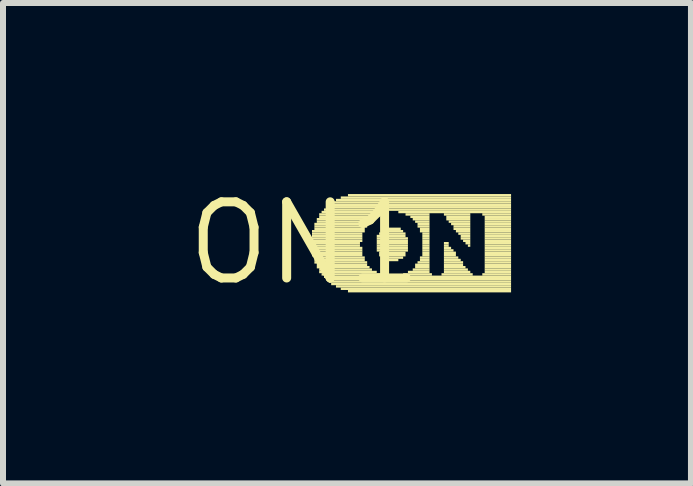
<source format=kicad_pcb>
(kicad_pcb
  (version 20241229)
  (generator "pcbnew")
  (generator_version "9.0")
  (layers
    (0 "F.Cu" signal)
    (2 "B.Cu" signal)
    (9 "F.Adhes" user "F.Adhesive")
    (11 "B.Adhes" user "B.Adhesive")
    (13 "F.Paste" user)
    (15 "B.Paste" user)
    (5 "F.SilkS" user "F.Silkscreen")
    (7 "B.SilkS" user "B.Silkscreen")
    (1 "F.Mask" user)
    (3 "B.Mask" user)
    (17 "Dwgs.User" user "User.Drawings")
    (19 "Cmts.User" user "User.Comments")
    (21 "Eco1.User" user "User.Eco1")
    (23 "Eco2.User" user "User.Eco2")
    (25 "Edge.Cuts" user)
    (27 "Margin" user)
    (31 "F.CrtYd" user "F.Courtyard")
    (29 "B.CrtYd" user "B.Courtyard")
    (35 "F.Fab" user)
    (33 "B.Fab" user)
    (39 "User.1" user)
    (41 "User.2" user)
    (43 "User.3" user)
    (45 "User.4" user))
  (footprint "ON1"
    (layer "F.Cu")
    (at 2.033 1.006)
    (property "Reference" "ON1" (at 0 0 0) (layer "F.SilkS") (effects (font (size 1.27 1.27) (thickness 0.15))))
    (fp_poly (pts (xy 0.12 -0.18) (xy 1 -0.18) (xy 1 -0.22) (xy 0.12 -0.22)) (stroke (width 0) (type solid)) (fill yes) (layer "F.SilkS"))
    (fp_poly (pts (xy 0.12 -0.14) (xy 0.96 -0.14) (xy 0.96 -0.18) (xy 0.12 -0.18)) (stroke (width 0) (type solid)) (fill yes) (layer "F.SilkS"))
    (fp_poly (pts (xy 0.12 -0.1) (xy 0.96 -0.1) (xy 0.96 -0.14) (xy 0.12 -0.14)) (stroke (width 0) (type solid)) (fill yes) (layer "F.SilkS"))
    (fp_poly (pts (xy 0.12 -0.06) (xy 0.96 -0.06) (xy 0.96 -0.1) (xy 0.12 -0.1)) (stroke (width 0) (type solid)) (fill yes) (layer "F.SilkS"))
    (fp_poly (pts (xy 0.12 -0.02) (xy 0.96 -0.02) (xy 0.96 -0.06) (xy 0.12 -0.06)) (stroke (width 0) (type solid)) (fill yes) (layer "F.SilkS"))
    (fp_poly (pts (xy 0.12 0.02) (xy 0.92 0.02) (xy 0.92 -0.02) (xy 0.12 -0.02)) (stroke (width 0) (type solid)) (fill yes) (layer "F.SilkS"))
    (fp_poly (pts (xy 0.12 0.06) (xy 0.92 0.06) (xy 0.92 0.02) (xy 0.12 0.02)) (stroke (width 0) (type solid)) (fill yes) (layer "F.SilkS"))
    (fp_poly (pts (xy 0.12 0.1) (xy 0.96 0.1) (xy 0.96 0.06) (xy 0.12 0.06)) (stroke (width 0) (type solid)) (fill yes) (layer "F.SilkS"))
    (fp_poly (pts (xy 0.12 0.14) (xy 0.96 0.14) (xy 0.96 0.1) (xy 0.12 0.1)) (stroke (width 0) (type solid)) (fill yes) (layer "F.SilkS"))
    (fp_poly (pts (xy 0.12 0.18) (xy 0.96 0.18) (xy 0.96 0.14) (xy 0.12 0.14)) (stroke (width 0) (type solid)) (fill yes) (layer "F.SilkS"))
    (fp_poly (pts (xy 0.12 0.22) (xy 0.96 0.22) (xy 0.96 0.18) (xy 0.12 0.18)) (stroke (width 0) (type solid)) (fill yes) (layer "F.SilkS"))
    (fp_poly (pts (xy 0.16 -0.3) (xy 1.04 -0.3) (xy 1.04 -0.34) (xy 0.16 -0.34)) (stroke (width 0) (type solid)) (fill yes) (layer "F.SilkS"))
    (fp_poly (pts (xy 0.16 -0.26) (xy 1.04 -0.26) (xy 1.04 -0.3) (xy 0.16 -0.3)) (stroke (width 0) (type solid)) (fill yes) (layer "F.SilkS"))
    (fp_poly (pts (xy 0.16 -0.22) (xy 1 -0.22) (xy 1 -0.26) (xy 0.16 -0.26)) (stroke (width 0) (type solid)) (fill yes) (layer "F.SilkS"))
    (fp_poly (pts (xy 0.16 0.26) (xy 1 0.26) (xy 1 0.22) (xy 0.16 0.22)) (stroke (width 0) (type solid)) (fill yes) (layer "F.SilkS"))
    (fp_poly (pts (xy 0.16 0.3) (xy 1 0.3) (xy 1 0.26) (xy 0.16 0.26)) (stroke (width 0) (type solid)) (fill yes) (layer "F.SilkS"))
    (fp_poly (pts (xy 0.16 0.34) (xy 1.04 0.34) (xy 1.04 0.3) (xy 0.16 0.3)) (stroke (width 0) (type solid)) (fill yes) (layer "F.SilkS"))
    (fp_poly (pts (xy 0.2 -0.38) (xy 1.12 -0.38) (xy 1.12 -0.42) (xy 0.2 -0.42)) (stroke (width 0) (type solid)) (fill yes) (layer "F.SilkS"))
    (fp_poly (pts (xy 0.2 -0.34) (xy 1.08 -0.34) (xy 1.08 -0.38) (xy 0.2 -0.38)) (stroke (width 0) (type solid)) (fill yes) (layer "F.SilkS"))
    (fp_poly (pts (xy 0.2 0.38) (xy 1.04 0.38) (xy 1.04 0.34) (xy 0.2 0.34)) (stroke (width 0) (type solid)) (fill yes) (layer "F.SilkS"))
    (fp_poly (pts (xy 0.2 0.42) (xy 1.08 0.42) (xy 1.08 0.38) (xy 0.2 0.38)) (stroke (width 0) (type solid)) (fill yes) (layer "F.SilkS"))
    (fp_poly (pts (xy 0.24 -0.46) (xy 1.24 -0.46) (xy 1.24 -0.5) (xy 0.24 -0.5)) (stroke (width 0) (type solid)) (fill yes) (layer "F.SilkS"))
    (fp_poly (pts (xy 0.24 -0.42) (xy 1.16 -0.42) (xy 1.16 -0.46) (xy 0.24 -0.46)) (stroke (width 0) (type solid)) (fill yes) (layer "F.SilkS"))
    (fp_poly (pts (xy 0.24 0.46) (xy 1.12 0.46) (xy 1.12 0.42) (xy 0.24 0.42)) (stroke (width 0) (type solid)) (fill yes) (layer "F.SilkS"))
    (fp_poly (pts (xy 0.24 0.5) (xy 1.2 0.5) (xy 1.2 0.46) (xy 0.24 0.46)) (stroke (width 0) (type solid)) (fill yes) (layer "F.SilkS"))
    (fp_poly (pts (xy 0.28 -0.5) (xy 1.36 -0.5) (xy 1.36 -0.54) (xy 0.28 -0.54)) (stroke (width 0) (type solid)) (fill yes) (layer "F.SilkS"))
    (fp_poly (pts (xy 0.28 0.54) (xy 1.28 0.54) (xy 1.28 0.5) (xy 0.28 0.5)) (stroke (width 0) (type solid)) (fill yes) (layer "F.SilkS"))
    (fp_poly (pts (xy 0.32 -0.54) (xy 3.44 -0.54) (xy 3.44 -0.58) (xy 0.32 -0.58)) (stroke (width 0) (type solid)) (fill yes) (layer "F.SilkS"))
    (fp_poly (pts (xy 0.32 0.58) (xy 3.44 0.58) (xy 3.44 0.54) (xy 0.32 0.54)) (stroke (width 0) (type solid)) (fill yes) (layer "F.SilkS"))
    (fp_poly (pts (xy 0.36 -0.58) (xy 3.44 -0.58) (xy 3.44 -0.62) (xy 0.36 -0.62)) (stroke (width 0) (type solid)) (fill yes) (layer "F.SilkS"))
    (fp_poly (pts (xy 0.36 0.62) (xy 3.44 0.62) (xy 3.44 0.58) (xy 0.36 0.58)) (stroke (width 0) (type solid)) (fill yes) (layer "F.SilkS"))
    (fp_poly (pts (xy 0.4 -0.62) (xy 3.44 -0.62) (xy 3.44 -0.66) (xy 0.4 -0.66)) (stroke (width 0) (type solid)) (fill yes) (layer "F.SilkS"))
    (fp_poly (pts (xy 0.4 0.66) (xy 3.44 0.66) (xy 3.44 0.62) (xy 0.4 0.62)) (stroke (width 0) (type solid)) (fill yes) (layer "F.SilkS"))
    (fp_poly (pts (xy 0.44 -0.66) (xy 3.44 -0.66) (xy 3.44 -0.7) (xy 0.44 -0.7)) (stroke (width 0) (type solid)) (fill yes) (layer "F.SilkS"))
    (fp_poly (pts (xy 0.44 0.7) (xy 3.44 0.7) (xy 3.44 0.66) (xy 0.44 0.66)) (stroke (width 0) (type solid)) (fill yes) (layer "F.SilkS"))
    (fp_poly (pts (xy 0.52 -0.7) (xy 3.44 -0.7) (xy 3.44 -0.74) (xy 0.52 -0.74)) (stroke (width 0) (type solid)) (fill yes) (layer "F.SilkS"))
    (fp_poly (pts (xy 0.52 0.74) (xy 3.44 0.74) (xy 3.44 0.7) (xy 0.52 0.7)) (stroke (width 0) (type solid)) (fill yes) (layer "F.SilkS"))
    (fp_poly (pts (xy 0.6 -0.74) (xy 3.44 -0.74) (xy 3.44 -0.78) (xy 0.6 -0.78)) (stroke (width 0) (type solid)) (fill yes) (layer "F.SilkS"))
    (fp_poly (pts (xy 0.6 0.78) (xy 3.44 0.78) (xy 3.44 0.74) (xy 0.6 0.74)) (stroke (width 0) (type solid)) (fill yes) (layer "F.SilkS"))
    (fp_poly (pts (xy 0.72 -0.78) (xy 3.44 -0.78) (xy 3.44 -0.82) (xy 0.72 -0.82)) (stroke (width 0) (type solid)) (fill yes) (layer "F.SilkS"))
    (fp_poly (pts (xy 0.72 0.82) (xy 3.44 0.82) (xy 3.44 0.78) (xy 0.72 0.78)) (stroke (width 0) (type solid)) (fill yes) (layer "F.SilkS"))
    (fp_poly (pts (xy 1.2 -0.1) (xy 1.68 -0.1) (xy 1.68 -0.14) (xy 1.2 -0.14)) (stroke (width 0) (type solid)) (fill yes) (layer "F.SilkS"))
    (fp_poly (pts (xy 1.2 -0.06) (xy 1.72 -0.06) (xy 1.72 -0.1) (xy 1.2 -0.1)) (stroke (width 0) (type solid)) (fill yes) (layer "F.SilkS"))
    (fp_poly (pts (xy 1.2 -0.02) (xy 1.72 -0.02) (xy 1.72 -0.06) (xy 1.2 -0.06)) (stroke (width 0) (type solid)) (fill yes) (layer "F.SilkS"))
    (fp_poly (pts (xy 1.2 0.02) (xy 1.72 0.02) (xy 1.72 -0.02) (xy 1.2 -0.02)) (stroke (width 0) (type solid)) (fill yes) (layer "F.SilkS"))
    (fp_poly (pts (xy 1.2 0.06) (xy 1.72 0.06) (xy 1.72 0.02) (xy 1.2 0.02)) (stroke (width 0) (type solid)) (fill yes) (layer "F.SilkS"))
    (fp_poly (pts (xy 1.2 0.1) (xy 1.72 0.1) (xy 1.72 0.06) (xy 1.2 0.06)) (stroke (width 0) (type solid)) (fill yes) (layer "F.SilkS"))
    (fp_poly (pts (xy 1.2 0.14) (xy 1.72 0.14) (xy 1.72 0.1) (xy 1.2 0.1)) (stroke (width 0) (type solid)) (fill yes) (layer "F.SilkS"))
    (fp_poly (pts (xy 1.24 -0.14) (xy 1.68 -0.14) (xy 1.68 -0.18) (xy 1.24 -0.18)) (stroke (width 0) (type solid)) (fill yes) (layer "F.SilkS"))
    (fp_poly (pts (xy 1.24 0.18) (xy 1.68 0.18) (xy 1.68 0.14) (xy 1.24 0.14)) (stroke (width 0) (type solid)) (fill yes) (layer "F.SilkS"))
    (fp_poly (pts (xy 1.24 0.22) (xy 1.68 0.22) (xy 1.68 0.18) (xy 1.24 0.18)) (stroke (width 0) (type solid)) (fill yes) (layer "F.SilkS"))
    (fp_poly (pts (xy 1.28 -0.18) (xy 1.64 -0.18) (xy 1.64 -0.22) (xy 1.28 -0.22)) (stroke (width 0) (type solid)) (fill yes) (layer "F.SilkS"))
    (fp_poly (pts (xy 1.28 0.26) (xy 1.64 0.26) (xy 1.64 0.22) (xy 1.28 0.22)) (stroke (width 0) (type solid)) (fill yes) (layer "F.SilkS"))
    (fp_poly (pts (xy 1.32 -0.22) (xy 1.6 -0.22) (xy 1.6 -0.26) (xy 1.32 -0.26)) (stroke (width 0) (type solid)) (fill yes) (layer "F.SilkS"))
    (fp_poly (pts (xy 1.36 0.3) (xy 1.56 0.3) (xy 1.56 0.26) (xy 1.36 0.26)) (stroke (width 0) (type solid)) (fill yes) (layer "F.SilkS"))
    (fp_poly (pts (xy 1.56 -0.5) (xy 3.44 -0.5) (xy 3.44 -0.54) (xy 1.56 -0.54)) (stroke (width 0) (type solid)) (fill yes) (layer "F.SilkS"))
    (fp_poly (pts (xy 1.64 0.54) (xy 2.12 0.54) (xy 2.12 0.5) (xy 1.64 0.5)) (stroke (width 0) (type solid)) (fill yes) (layer "F.SilkS"))
    (fp_poly (pts (xy 1.68 -0.46) (xy 2.08 -0.46) (xy 2.08 -0.5) (xy 1.68 -0.5)) (stroke (width 0) (type solid)) (fill yes) (layer "F.SilkS"))
    (fp_poly (pts (xy 1.72 0.5) (xy 2.08 0.5) (xy 2.08 0.46) (xy 1.72 0.46)) (stroke (width 0) (type solid)) (fill yes) (layer "F.SilkS"))
    (fp_poly (pts (xy 1.76 -0.42) (xy 2.08 -0.42) (xy 2.08 -0.46) (xy 1.76 -0.46)) (stroke (width 0) (type solid)) (fill yes) (layer "F.SilkS"))
    (fp_poly (pts (xy 1.8 -0.38) (xy 2.08 -0.38) (xy 2.08 -0.42) (xy 1.8 -0.42)) (stroke (width 0) (type solid)) (fill yes) (layer "F.SilkS"))
    (fp_poly (pts (xy 1.8 0.46) (xy 2.08 0.46) (xy 2.08 0.42) (xy 1.8 0.42)) (stroke (width 0) (type solid)) (fill yes) (layer "F.SilkS"))
    (fp_poly (pts (xy 1.84 -0.34) (xy 2.08 -0.34) (xy 2.08 -0.38) (xy 1.84 -0.38)) (stroke (width 0) (type solid)) (fill yes) (layer "F.SilkS"))
    (fp_poly (pts (xy 1.84 0.38) (xy 2.08 0.38) (xy 2.08 0.34) (xy 1.84 0.34)) (stroke (width 0) (type solid)) (fill yes) (layer "F.SilkS"))
    (fp_poly (pts (xy 1.84 0.42) (xy 2.08 0.42) (xy 2.08 0.38) (xy 1.84 0.38)) (stroke (width 0) (type solid)) (fill yes) (layer "F.SilkS"))
    (fp_poly (pts (xy 1.88 -0.3) (xy 2.08 -0.3) (xy 2.08 -0.34) (xy 1.88 -0.34)) (stroke (width 0) (type solid)) (fill yes) (layer "F.SilkS"))
    (fp_poly (pts (xy 1.88 -0.26) (xy 2.08 -0.26) (xy 2.08 -0.3) (xy 1.88 -0.3)) (stroke (width 0) (type solid)) (fill yes) (layer "F.SilkS"))
    (fp_poly (pts (xy 1.88 0.34) (xy 2.08 0.34) (xy 2.08 0.3) (xy 1.88 0.3)) (stroke (width 0) (type solid)) (fill yes) (layer "F.SilkS"))
    (fp_poly (pts (xy 1.92 -0.22) (xy 2.08 -0.22) (xy 2.08 -0.26) (xy 1.92 -0.26)) (stroke (width 0) (type solid)) (fill yes) (layer "F.SilkS"))
    (fp_poly (pts (xy 1.92 -0.18) (xy 2.08 -0.18) (xy 2.08 -0.22) (xy 1.92 -0.22)) (stroke (width 0) (type solid)) (fill yes) (layer "F.SilkS"))
    (fp_poly (pts (xy 1.92 0.26) (xy 2.08 0.26) (xy 2.08 0.22) (xy 1.92 0.22)) (stroke (width 0) (type solid)) (fill yes) (layer "F.SilkS"))
    (fp_poly (pts (xy 1.92 0.3) (xy 2.08 0.3) (xy 2.08 0.26) (xy 1.92 0.26)) (stroke (width 0) (type solid)) (fill yes) (layer "F.SilkS"))
    (fp_poly (pts (xy 1.96 -0.14) (xy 2.08 -0.14) (xy 2.08 -0.18) (xy 1.96 -0.18)) (stroke (width 0) (type solid)) (fill yes) (layer "F.SilkS"))
    (fp_poly (pts (xy 1.96 -0.1) (xy 2.08 -0.1) (xy 2.08 -0.14) (xy 1.96 -0.14)) (stroke (width 0) (type solid)) (fill yes) (layer "F.SilkS"))
    (fp_poly (pts (xy 1.96 -0.06) (xy 2.08 -0.06) (xy 2.08 -0.1) (xy 1.96 -0.1)) (stroke (width 0) (type solid)) (fill yes) (layer "F.SilkS"))
    (fp_poly (pts (xy 1.96 -0.02) (xy 2.08 -0.02) (xy 2.08 -0.06) (xy 1.96 -0.06)) (stroke (width 0) (type solid)) (fill yes) (layer "F.SilkS"))
    (fp_poly (pts (xy 1.96 0.02) (xy 2.08 0.02) (xy 2.08 -0.02) (xy 1.96 -0.02)) (stroke (width 0) (type solid)) (fill yes) (layer "F.SilkS"))
    (fp_poly (pts (xy 1.96 0.06) (xy 2.08 0.06) (xy 2.08 0.02) (xy 1.96 0.02)) (stroke (width 0) (type solid)) (fill yes) (layer "F.SilkS"))
    (fp_poly (pts (xy 1.96 0.1) (xy 2.08 0.1) (xy 2.08 0.06) (xy 1.96 0.06)) (stroke (width 0) (type solid)) (fill yes) (layer "F.SilkS"))
    (fp_poly (pts (xy 1.96 0.14) (xy 2.08 0.14) (xy 2.08 0.1) (xy 1.96 0.1)) (stroke (width 0) (type solid)) (fill yes) (layer "F.SilkS"))
    (fp_poly (pts (xy 1.96 0.18) (xy 2.08 0.18) (xy 2.08 0.14) (xy 1.96 0.14)) (stroke (width 0) (type solid)) (fill yes) (layer "F.SilkS"))
    (fp_poly (pts (xy 1.96 0.22) (xy 2.08 0.22) (xy 2.08 0.18) (xy 1.96 0.18)) (stroke (width 0) (type solid)) (fill yes) (layer "F.SilkS"))
    (fp_poly (pts (xy 2.28 0.54) (xy 2.8 0.54) (xy 2.8 0.5) (xy 2.28 0.5)) (stroke (width 0) (type solid)) (fill yes) (layer "F.SilkS"))
    (fp_poly (pts (xy 2.32 -0.46) (xy 2.76 -0.46) (xy 2.76 -0.5) (xy 2.32 -0.5)) (stroke (width 0) (type solid)) (fill yes) (layer "F.SilkS"))
    (fp_poly (pts (xy 2.32 0.02) (xy 2.4 0.02) (xy 2.4 -0.02) (xy 2.32 -0.02)) (stroke (width 0) (type solid)) (fill yes) (layer "F.SilkS"))
    (fp_poly (pts (xy 2.32 0.06) (xy 2.4 0.06) (xy 2.4 0.02) (xy 2.32 0.02)) (stroke (width 0) (type solid)) (fill yes) (layer "F.SilkS"))
    (fp_poly (pts (xy 2.32 0.1) (xy 2.44 0.1) (xy 2.44 0.06) (xy 2.32 0.06)) (stroke (width 0) (type solid)) (fill yes) (layer "F.SilkS"))
    (fp_poly (pts (xy 2.32 0.14) (xy 2.48 0.14) (xy 2.48 0.1) (xy 2.32 0.1)) (stroke (width 0) (type solid)) (fill yes) (layer "F.SilkS"))
    (fp_poly (pts (xy 2.32 0.18) (xy 2.52 0.18) (xy 2.52 0.14) (xy 2.32 0.14)) (stroke (width 0) (type solid)) (fill yes) (layer "F.SilkS"))
    (fp_poly (pts (xy 2.32 0.22) (xy 2.52 0.22) (xy 2.52 0.18) (xy 2.32 0.18)) (stroke (width 0) (type solid)) (fill yes) (layer "F.SilkS"))
    (fp_poly (pts (xy 2.32 0.26) (xy 2.56 0.26) (xy 2.56 0.22) (xy 2.32 0.22)) (stroke (width 0) (type solid)) (fill yes) (layer "F.SilkS"))
    (fp_poly (pts (xy 2.32 0.3) (xy 2.6 0.3) (xy 2.6 0.26) (xy 2.32 0.26)) (stroke (width 0) (type solid)) (fill yes) (layer "F.SilkS"))
    (fp_poly (pts (xy 2.32 0.34) (xy 2.64 0.34) (xy 2.64 0.3) (xy 2.32 0.3)) (stroke (width 0) (type solid)) (fill yes) (layer "F.SilkS"))
    (fp_poly (pts (xy 2.32 0.38) (xy 2.64 0.38) (xy 2.64 0.34) (xy 2.32 0.34)) (stroke (width 0) (type solid)) (fill yes) (layer "F.SilkS"))
    (fp_poly (pts (xy 2.32 0.42) (xy 2.68 0.42) (xy 2.68 0.38) (xy 2.32 0.38)) (stroke (width 0) (type solid)) (fill yes) (layer "F.SilkS"))
    (fp_poly (pts (xy 2.32 0.46) (xy 2.72 0.46) (xy 2.72 0.42) (xy 2.32 0.42)) (stroke (width 0) (type solid)) (fill yes) (layer "F.SilkS"))
    (fp_poly (pts (xy 2.32 0.5) (xy 2.76 0.5) (xy 2.76 0.46) (xy 2.32 0.46)) (stroke (width 0) (type solid)) (fill yes) (layer "F.SilkS"))
    (fp_poly (pts (xy 2.36 -0.42) (xy 2.76 -0.42) (xy 2.76 -0.46) (xy 2.36 -0.46)) (stroke (width 0) (type solid)) (fill yes) (layer "F.SilkS"))
    (fp_poly (pts (xy 2.36 -0.38) (xy 2.76 -0.38) (xy 2.76 -0.42) (xy 2.36 -0.42)) (stroke (width 0) (type solid)) (fill yes) (layer "F.SilkS"))
    (fp_poly (pts (xy 2.4 -0.34) (xy 2.76 -0.34) (xy 2.76 -0.38) (xy 2.4 -0.38)) (stroke (width 0) (type solid)) (fill yes) (layer "F.SilkS"))
    (fp_poly (pts (xy 2.44 -0.3) (xy 2.76 -0.3) (xy 2.76 -0.34) (xy 2.44 -0.34)) (stroke (width 0) (type solid)) (fill yes) (layer "F.SilkS"))
    (fp_poly (pts (xy 2.48 -0.26) (xy 2.76 -0.26) (xy 2.76 -0.3) (xy 2.48 -0.3)) (stroke (width 0) (type solid)) (fill yes) (layer "F.SilkS"))
    (fp_poly (pts (xy 2.48 -0.22) (xy 2.76 -0.22) (xy 2.76 -0.26) (xy 2.48 -0.26)) (stroke (width 0) (type solid)) (fill yes) (layer "F.SilkS"))
    (fp_poly (pts (xy 2.52 -0.18) (xy 2.76 -0.18) (xy 2.76 -0.22) (xy 2.52 -0.22)) (stroke (width 0) (type solid)) (fill yes) (layer "F.SilkS"))
    (fp_poly (pts (xy 2.56 -0.14) (xy 2.76 -0.14) (xy 2.76 -0.18) (xy 2.56 -0.18)) (stroke (width 0) (type solid)) (fill yes) (layer "F.SilkS"))
    (fp_poly (pts (xy 2.6 -0.1) (xy 2.76 -0.1) (xy 2.76 -0.14) (xy 2.6 -0.14)) (stroke (width 0) (type solid)) (fill yes) (layer "F.SilkS"))
    (fp_poly (pts (xy 2.6 -0.06) (xy 2.76 -0.06) (xy 2.76 -0.1) (xy 2.6 -0.1)) (stroke (width 0) (type solid)) (fill yes) (layer "F.SilkS"))
    (fp_poly (pts (xy 2.64 -0.02) (xy 2.76 -0.02) (xy 2.76 -0.06) (xy 2.64 -0.06)) (stroke (width 0) (type solid)) (fill yes) (layer "F.SilkS"))
    (fp_poly (pts (xy 2.68 0.02) (xy 2.76 0.02) (xy 2.76 -0.02) (xy 2.68 -0.02)) (stroke (width 0) (type solid)) (fill yes) (layer "F.SilkS"))
    (fp_poly (pts (xy 2.72 0.06) (xy 2.76 0.06) (xy 2.76 0.02) (xy 2.72 0.02)) (stroke (width 0) (type solid)) (fill yes) (layer "F.SilkS"))
    (fp_poly (pts (xy 2.96 -0.46) (xy 3.44 -0.46) (xy 3.44 -0.5) (xy 2.96 -0.5)) (stroke (width 0) (type solid)) (fill yes) (layer "F.SilkS"))
    (fp_poly (pts (xy 2.96 0.54) (xy 3.44 0.54) (xy 3.44 0.5) (xy 2.96 0.5)) (stroke (width 0) (type solid)) (fill yes) (layer "F.SilkS"))
    (fp_poly (pts (xy 3 -0.42) (xy 3.44 -0.42) (xy 3.44 -0.46) (xy 3 -0.46)) (stroke (width 0) (type solid)) (fill yes) (layer "F.SilkS"))
    (fp_poly (pts (xy 3 -0.38) (xy 3.44 -0.38) (xy 3.44 -0.42) (xy 3 -0.42)) (stroke (width 0) (type solid)) (fill yes) (layer "F.SilkS"))
    (fp_poly (pts (xy 3 -0.34) (xy 3.44 -0.34) (xy 3.44 -0.38) (xy 3 -0.38)) (stroke (width 0) (type solid)) (fill yes) (layer "F.SilkS"))
    (fp_poly (pts (xy 3 -0.3) (xy 3.44 -0.3) (xy 3.44 -0.34) (xy 3 -0.34)) (stroke (width 0) (type solid)) (fill yes) (layer "F.SilkS"))
    (fp_poly (pts (xy 3 -0.26) (xy 3.44 -0.26) (xy 3.44 -0.3) (xy 3 -0.3)) (stroke (width 0) (type solid)) (fill yes) (layer "F.SilkS"))
    (fp_poly (pts (xy 3 -0.22) (xy 3.44 -0.22) (xy 3.44 -0.26) (xy 3 -0.26)) (stroke (width 0) (type solid)) (fill yes) (layer "F.SilkS"))
    (fp_poly (pts (xy 3 -0.18) (xy 3.44 -0.18) (xy 3.44 -0.22) (xy 3 -0.22)) (stroke (width 0) (type solid)) (fill yes) (layer "F.SilkS"))
    (fp_poly (pts (xy 3 -0.14) (xy 3.44 -0.14) (xy 3.44 -0.18) (xy 3 -0.18)) (stroke (width 0) (type solid)) (fill yes) (layer "F.SilkS"))
    (fp_poly (pts (xy 3 -0.1) (xy 3.44 -0.1) (xy 3.44 -0.14) (xy 3 -0.14)) (stroke (width 0) (type solid)) (fill yes) (layer "F.SilkS"))
    (fp_poly (pts (xy 3 -0.06) (xy 3.44 -0.06) (xy 3.44 -0.1) (xy 3 -0.1)) (stroke (width 0) (type solid)) (fill yes) (layer "F.SilkS"))
    (fp_poly (pts (xy 3 -0.02) (xy 3.44 -0.02) (xy 3.44 -0.06) (xy 3 -0.06)) (stroke (width 0) (type solid)) (fill yes) (layer "F.SilkS"))
    (fp_poly (pts (xy 3 0.02) (xy 3.44 0.02) (xy 3.44 -0.02) (xy 3 -0.02)) (stroke (width 0) (type solid)) (fill yes) (layer "F.SilkS"))
    (fp_poly (pts (xy 3 0.06) (xy 3.44 0.06) (xy 3.44 0.02) (xy 3 0.02)) (stroke (width 0) (type solid)) (fill yes) (layer "F.SilkS"))
    (fp_poly (pts (xy 3 0.1) (xy 3.44 0.1) (xy 3.44 0.06) (xy 3 0.06)) (stroke (width 0) (type solid)) (fill yes) (layer "F.SilkS"))
    (fp_poly (pts (xy 3 0.14) (xy 3.44 0.14) (xy 3.44 0.1) (xy 3 0.1)) (stroke (width 0) (type solid)) (fill yes) (layer "F.SilkS"))
    (fp_poly (pts (xy 3 0.18) (xy 3.44 0.18) (xy 3.44 0.14) (xy 3 0.14)) (stroke (width 0) (type solid)) (fill yes) (layer "F.SilkS"))
    (fp_poly (pts (xy 3 0.22) (xy 3.44 0.22) (xy 3.44 0.18) (xy 3 0.18)) (stroke (width 0) (type solid)) (fill yes) (layer "F.SilkS"))
    (fp_poly (pts (xy 3 0.26) (xy 3.44 0.26) (xy 3.44 0.22) (xy 3 0.22)) (stroke (width 0) (type solid)) (fill yes) (layer "F.SilkS"))
    (fp_poly (pts (xy 3 0.3) (xy 3.44 0.3) (xy 3.44 0.26) (xy 3 0.26)) (stroke (width 0) (type solid)) (fill yes) (layer "F.SilkS"))
    (fp_poly (pts (xy 3 0.34) (xy 3.44 0.34) (xy 3.44 0.3) (xy 3 0.3)) (stroke (width 0) (type solid)) (fill yes) (layer "F.SilkS"))
    (fp_poly (pts (xy 3 0.38) (xy 3.44 0.38) (xy 3.44 0.34) (xy 3 0.34)) (stroke (width 0) (type solid)) (fill yes) (layer "F.SilkS"))
    (fp_poly (pts (xy 3 0.42) (xy 3.44 0.42) (xy 3.44 0.38) (xy 3 0.38)) (stroke (width 0) (type solid)) (fill yes) (layer "F.SilkS"))
    (fp_poly (pts (xy 3 0.46) (xy 3.44 0.46) (xy 3.44 0.42) (xy 3 0.42)) (stroke (width 0) (type solid)) (fill yes) (layer "F.SilkS"))
    (fp_poly (pts (xy 3 0.5) (xy 3.44 0.5) (xy 3.44 0.46) (xy 3 0.46)) (stroke (width 0) (type solid)) (fill yes) (layer "F.SilkS")))
  (gr_rect
    (start -3 -3)
    (end 8.473 5.012)
    (stroke (width 0.1) (type default))
    (fill no)
    (layer "Edge.Cuts")))
</source>
